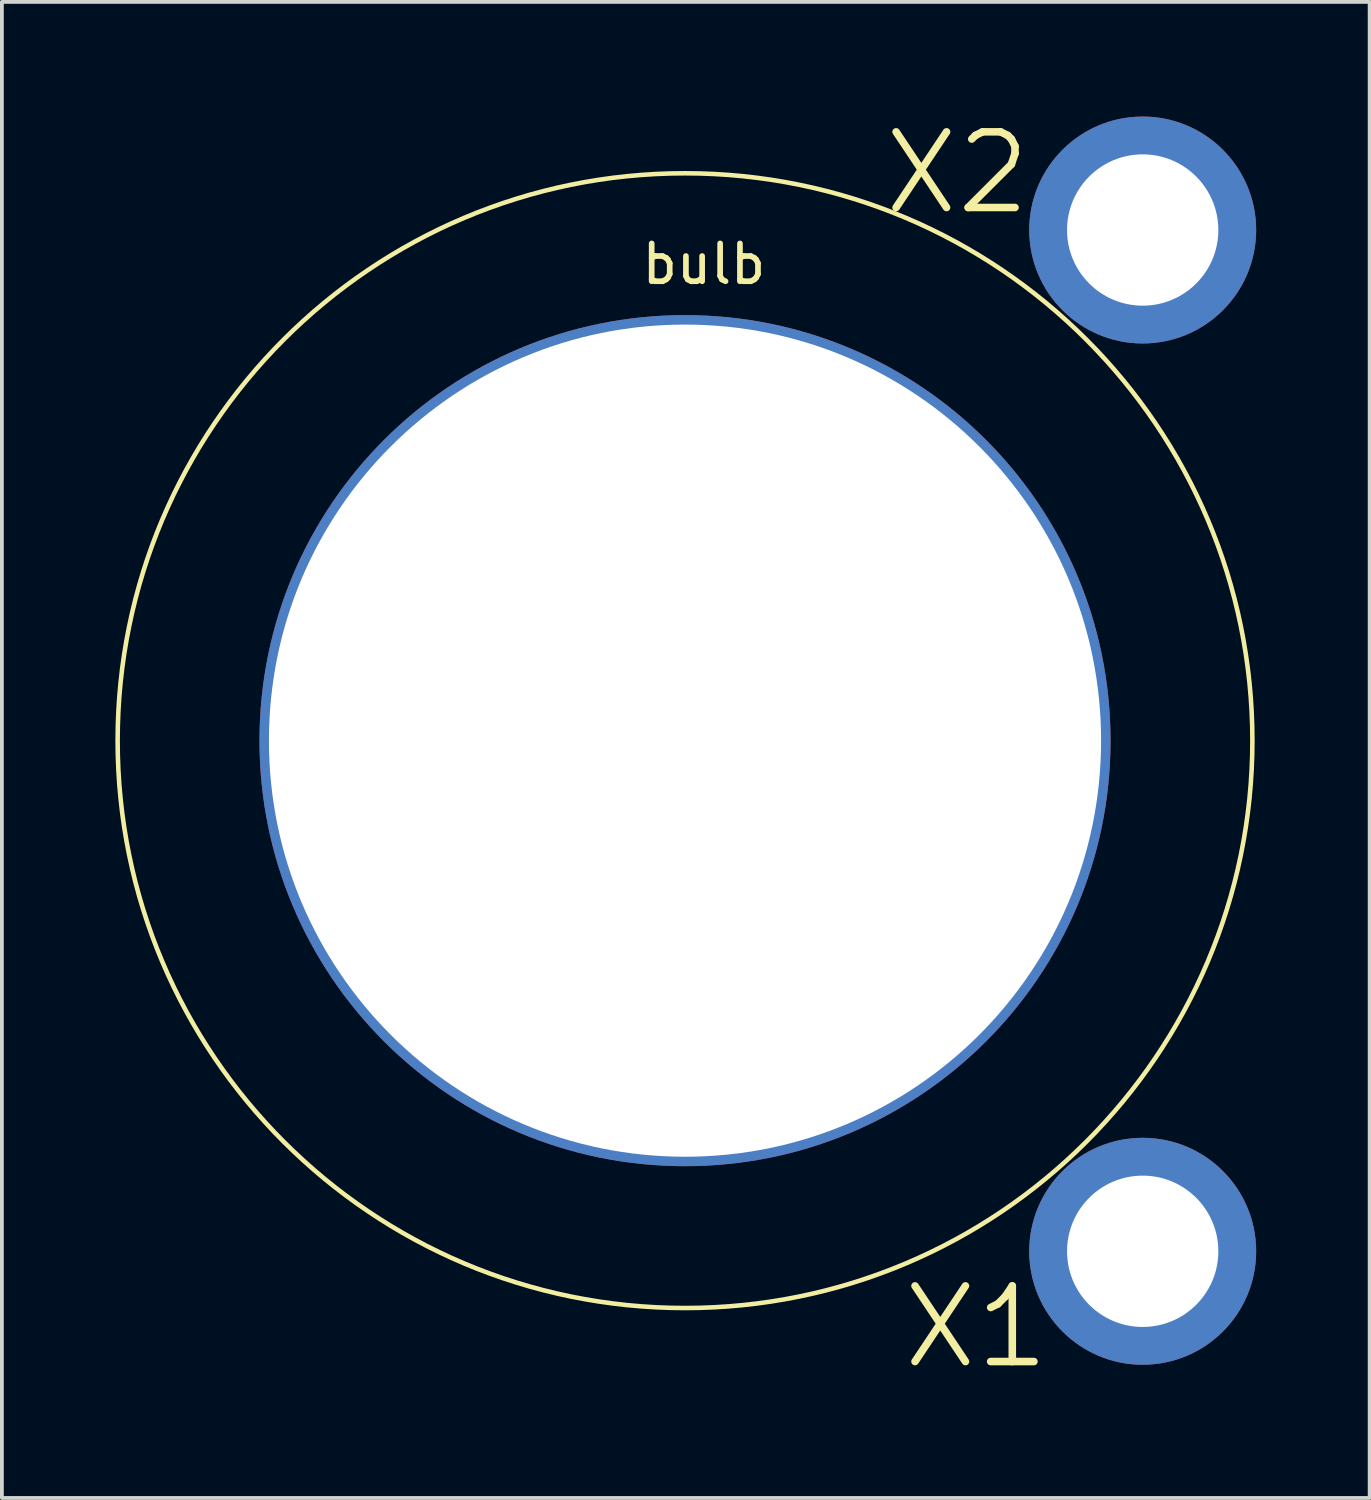
<source format=kicad_pcb>
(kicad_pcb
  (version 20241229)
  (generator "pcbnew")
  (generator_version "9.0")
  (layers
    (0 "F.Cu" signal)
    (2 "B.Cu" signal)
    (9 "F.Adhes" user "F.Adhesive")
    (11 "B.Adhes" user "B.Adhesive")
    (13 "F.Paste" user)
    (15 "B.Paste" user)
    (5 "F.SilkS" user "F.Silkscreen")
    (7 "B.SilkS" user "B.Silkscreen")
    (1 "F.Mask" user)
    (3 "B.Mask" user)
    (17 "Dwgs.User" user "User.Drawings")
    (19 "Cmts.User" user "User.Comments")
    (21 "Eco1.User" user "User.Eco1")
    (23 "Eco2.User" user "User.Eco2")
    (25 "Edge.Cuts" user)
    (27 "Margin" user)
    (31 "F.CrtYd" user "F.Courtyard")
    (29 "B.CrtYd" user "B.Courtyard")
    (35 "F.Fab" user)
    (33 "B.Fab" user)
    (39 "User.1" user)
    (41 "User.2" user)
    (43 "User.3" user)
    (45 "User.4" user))
  (footprint "bulb"
    (layer "F.Cu")
    (at 15.06 16.531)
    (property "Reference" "bulb" (at 0.5 -12.6 0) (layer "F.SilkS") (effects (font (size 1 1) (thickness 0.15))))
    (attr through_hole)
    (fp_circle (center 0 0) (end 15 0) (stroke (width 0.12) (type solid)) (fill no) (layer "F.SilkS"))
    (fp_text user "X2" (at 7.2 -15.01 0) (layer "F.SilkS") (effects (font (size 2 2) (thickness 0.2))))
    (fp_text user "X1" (at 7.7 15.5 0) (layer "F.SilkS") (effects (font (size 2 2) (thickness 0.2))))
    (pad "" thru_hole circle (at 0 0) (size 22.5 22.5) (drill 22) (layers "*.Cu" "*.Mask"))
    (pad "1" thru_hole circle (at 12.1 13.5) (size 6 6) (drill 4) (layers "*.Cu" "*.Mask"))
    (pad "2" thru_hole circle (at 12.1 -13.5) (size 6 6) (drill 4) (layers "*.Cu" "*.Mask")))
  (gr_rect
    (start -3 -3)
    (end 33.16 36.552)
    (stroke (width 0.1) (type default))
    (fill no)
    (layer "Edge.Cuts")))
</source>
